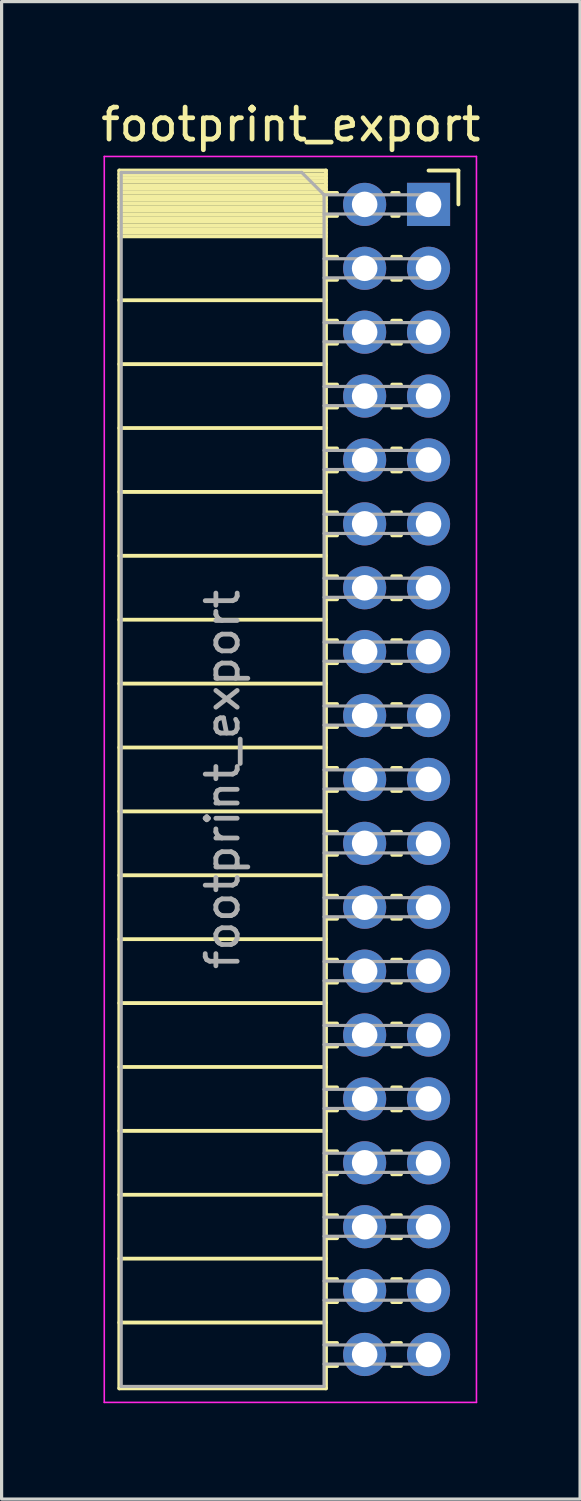
<source format=kicad_pcb>
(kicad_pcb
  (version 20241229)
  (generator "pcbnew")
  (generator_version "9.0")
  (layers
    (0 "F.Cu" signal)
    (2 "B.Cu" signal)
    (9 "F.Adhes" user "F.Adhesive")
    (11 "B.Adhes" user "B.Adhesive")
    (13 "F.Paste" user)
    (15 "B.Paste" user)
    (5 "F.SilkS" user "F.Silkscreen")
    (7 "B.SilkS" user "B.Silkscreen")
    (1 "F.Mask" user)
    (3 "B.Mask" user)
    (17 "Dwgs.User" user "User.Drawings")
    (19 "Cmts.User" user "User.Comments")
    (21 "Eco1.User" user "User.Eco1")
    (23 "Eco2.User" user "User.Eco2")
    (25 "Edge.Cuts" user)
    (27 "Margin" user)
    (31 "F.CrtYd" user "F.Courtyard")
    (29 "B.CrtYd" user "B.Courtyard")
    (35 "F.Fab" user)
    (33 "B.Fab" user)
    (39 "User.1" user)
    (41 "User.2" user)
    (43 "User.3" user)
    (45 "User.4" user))
  (footprint "footprint_export"
    (layer "F.Cu")
    (at 10.364 3.348)
    (property "Reference" "footprint_export" (at -4.31 -2.5 0) (layer "F.SilkS") (effects (font (size 1 1) (thickness 0.15))))
    (attr through_hole)
    (fp_line (start -9.68 -1.06) (end -9.68 37.06) (stroke (width 0.12) (type solid)) (layer "F.SilkS"))
    (fp_line (start -9.68 -1.06) (end -3.21 -1.06) (stroke (width 0.12) (type solid)) (layer "F.SilkS"))
    (fp_line (start -9.68 -0.94) (end -3.21 -0.94) (stroke (width 0.12) (type solid)) (layer "F.SilkS"))
    (fp_line (start -9.68 -0.826) (end -3.21 -0.826) (stroke (width 0.12) (type solid)) (layer "F.SilkS"))
    (fp_line (start -9.68 -0.712) (end -3.21 -0.712) (stroke (width 0.12) (type solid)) (layer "F.SilkS"))
    (fp_line (start -9.68 -0.598) (end -3.21 -0.598) (stroke (width 0.12) (type solid)) (layer "F.SilkS"))
    (fp_line (start -9.68 -0.484) (end -3.21 -0.484) (stroke (width 0.12) (type solid)) (layer "F.SilkS"))
    (fp_line (start -9.68 -0.369) (end -3.21 -0.369) (stroke (width 0.12) (type solid)) (layer "F.SilkS"))
    (fp_line (start -9.68 -0.255) (end -3.21 -0.255) (stroke (width 0.12) (type solid)) (layer "F.SilkS"))
    (fp_line (start -9.68 -0.141) (end -3.21 -0.141) (stroke (width 0.12) (type solid)) (layer "F.SilkS"))
    (fp_line (start -9.68 -0.027) (end -3.21 -0.027) (stroke (width 0.12) (type solid)) (layer "F.SilkS"))
    (fp_line (start -9.68 0.087) (end -3.21 0.087) (stroke (width 0.12) (type solid)) (layer "F.SilkS"))
    (fp_line (start -9.68 0.201) (end -3.21 0.201) (stroke (width 0.12) (type solid)) (layer "F.SilkS"))
    (fp_line (start -9.68 0.315) (end -3.21 0.315) (stroke (width 0.12) (type solid)) (layer "F.SilkS"))
    (fp_line (start -9.68 0.429) (end -3.21 0.429) (stroke (width 0.12) (type solid)) (layer "F.SilkS"))
    (fp_line (start -9.68 0.544) (end -3.21 0.544) (stroke (width 0.12) (type solid)) (layer "F.SilkS"))
    (fp_line (start -9.68 0.658) (end -3.21 0.658) (stroke (width 0.12) (type solid)) (layer "F.SilkS"))
    (fp_line (start -9.68 0.772) (end -3.21 0.772) (stroke (width 0.12) (type solid)) (layer "F.SilkS"))
    (fp_line (start -9.68 0.886) (end -3.21 0.886) (stroke (width 0.12) (type solid)) (layer "F.SilkS"))
    (fp_line (start -9.68 1) (end -3.21 1) (stroke (width 0.12) (type solid)) (layer "F.SilkS"))
    (fp_line (start -9.68 3) (end -3.21 3) (stroke (width 0.12) (type solid)) (layer "F.SilkS"))
    (fp_line (start -9.68 5) (end -3.21 5) (stroke (width 0.12) (type solid)) (layer "F.SilkS"))
    (fp_line (start -9.68 7) (end -3.21 7) (stroke (width 0.12) (type solid)) (layer "F.SilkS"))
    (fp_line (start -9.68 9) (end -3.21 9) (stroke (width 0.12) (type solid)) (layer "F.SilkS"))
    (fp_line (start -9.68 11) (end -3.21 11) (stroke (width 0.12) (type solid)) (layer "F.SilkS"))
    (fp_line (start -9.68 13) (end -3.21 13) (stroke (width 0.12) (type solid)) (layer "F.SilkS"))
    (fp_line (start -9.68 15) (end -3.21 15) (stroke (width 0.12) (type solid)) (layer "F.SilkS"))
    (fp_line (start -9.68 17) (end -3.21 17) (stroke (width 0.12) (type solid)) (layer "F.SilkS"))
    (fp_line (start -9.68 19) (end -3.21 19) (stroke (width 0.12) (type solid)) (layer "F.SilkS"))
    (fp_line (start -9.68 21) (end -3.21 21) (stroke (width 0.12) (type solid)) (layer "F.SilkS"))
    (fp_line (start -9.68 23) (end -3.21 23) (stroke (width 0.12) (type solid)) (layer "F.SilkS"))
    (fp_line (start -9.68 25) (end -3.21 25) (stroke (width 0.12) (type solid)) (layer "F.SilkS"))
    (fp_line (start -9.68 27) (end -3.21 27) (stroke (width 0.12) (type solid)) (layer "F.SilkS"))
    (fp_line (start -9.68 29) (end -3.21 29) (stroke (width 0.12) (type solid)) (layer "F.SilkS"))
    (fp_line (start -9.68 31) (end -3.21 31) (stroke (width 0.12) (type solid)) (layer "F.SilkS"))
    (fp_line (start -9.68 33) (end -3.21 33) (stroke (width 0.12) (type solid)) (layer "F.SilkS"))
    (fp_line (start -9.68 35) (end -3.21 35) (stroke (width 0.12) (type solid)) (layer "F.SilkS"))
    (fp_line (start -9.68 37.06) (end -3.21 37.06) (stroke (width 0.12) (type solid)) (layer "F.SilkS"))
    (fp_line (start -3.21 -1.06) (end -3.21 37.06) (stroke (width 0.12) (type solid)) (layer "F.SilkS"))
    (fp_line (start -3.21 -0.36) (end -2.863 -0.36) (stroke (width 0.12) (type solid)) (layer "F.SilkS"))
    (fp_line (start -3.21 0.36) (end -2.863 0.36) (stroke (width 0.12) (type solid)) (layer "F.SilkS"))
    (fp_line (start -3.21 1.64) (end -2.863 1.64) (stroke (width 0.12) (type solid)) (layer "F.SilkS"))
    (fp_line (start -3.21 2.36) (end -2.863 2.36) (stroke (width 0.12) (type solid)) (layer "F.SilkS"))
    (fp_line (start -3.21 3.64) (end -2.863 3.64) (stroke (width 0.12) (type solid)) (layer "F.SilkS"))
    (fp_line (start -3.21 4.36) (end -2.863 4.36) (stroke (width 0.12) (type solid)) (layer "F.SilkS"))
    (fp_line (start -3.21 5.64) (end -2.863 5.64) (stroke (width 0.12) (type solid)) (layer "F.SilkS"))
    (fp_line (start -3.21 6.36) (end -2.863 6.36) (stroke (width 0.12) (type solid)) (layer "F.SilkS"))
    (fp_line (start -3.21 7.64) (end -2.863 7.64) (stroke (width 0.12) (type solid)) (layer "F.SilkS"))
    (fp_line (start -3.21 8.36) (end -2.863 8.36) (stroke (width 0.12) (type solid)) (layer "F.SilkS"))
    (fp_line (start -3.21 9.64) (end -2.863 9.64) (stroke (width 0.12) (type solid)) (layer "F.SilkS"))
    (fp_line (start -3.21 10.36) (end -2.863 10.36) (stroke (width 0.12) (type solid)) (layer "F.SilkS"))
    (fp_line (start -3.21 11.64) (end -2.863 11.64) (stroke (width 0.12) (type solid)) (layer "F.SilkS"))
    (fp_line (start -3.21 12.36) (end -2.863 12.36) (stroke (width 0.12) (type solid)) (layer "F.SilkS"))
    (fp_line (start -3.21 13.64) (end -2.863 13.64) (stroke (width 0.12) (type solid)) (layer "F.SilkS"))
    (fp_line (start -3.21 14.36) (end -2.863 14.36) (stroke (width 0.12) (type solid)) (layer "F.SilkS"))
    (fp_line (start -3.21 15.64) (end -2.863 15.64) (stroke (width 0.12) (type solid)) (layer "F.SilkS"))
    (fp_line (start -3.21 16.36) (end -2.863 16.36) (stroke (width 0.12) (type solid)) (layer "F.SilkS"))
    (fp_line (start -3.21 17.64) (end -2.863 17.64) (stroke (width 0.12) (type solid)) (layer "F.SilkS"))
    (fp_line (start -3.21 18.36) (end -2.863 18.36) (stroke (width 0.12) (type solid)) (layer "F.SilkS"))
    (fp_line (start -3.21 19.64) (end -2.863 19.64) (stroke (width 0.12) (type solid)) (layer "F.SilkS"))
    (fp_line (start -3.21 20.36) (end -2.863 20.36) (stroke (width 0.12) (type solid)) (layer "F.SilkS"))
    (fp_line (start -3.21 21.64) (end -2.863 21.64) (stroke (width 0.12) (type solid)) (layer "F.SilkS"))
    (fp_line (start -3.21 22.36) (end -2.863 22.36) (stroke (width 0.12) (type solid)) (layer "F.SilkS"))
    (fp_line (start -3.21 23.64) (end -2.863 23.64) (stroke (width 0.12) (type solid)) (layer "F.SilkS"))
    (fp_line (start -3.21 24.36) (end -2.863 24.36) (stroke (width 0.12) (type solid)) (layer "F.SilkS"))
    (fp_line (start -3.21 25.64) (end -2.863 25.64) (stroke (width 0.12) (type solid)) (layer "F.SilkS"))
    (fp_line (start -3.21 26.36) (end -2.863 26.36) (stroke (width 0.12) (type solid)) (layer "F.SilkS"))
    (fp_line (start -3.21 27.64) (end -2.863 27.64) (stroke (width 0.12) (type solid)) (layer "F.SilkS"))
    (fp_line (start -3.21 28.36) (end -2.863 28.36) (stroke (width 0.12) (type solid)) (layer "F.SilkS"))
    (fp_line (start -3.21 29.64) (end -2.863 29.64) (stroke (width 0.12) (type solid)) (layer "F.SilkS"))
    (fp_line (start -3.21 30.36) (end -2.863 30.36) (stroke (width 0.12) (type solid)) (layer "F.SilkS"))
    (fp_line (start -3.21 31.64) (end -2.863 31.64) (stroke (width 0.12) (type solid)) (layer "F.SilkS"))
    (fp_line (start -3.21 32.36) (end -2.863 32.36) (stroke (width 0.12) (type solid)) (layer "F.SilkS"))
    (fp_line (start -3.21 33.64) (end -2.863 33.64) (stroke (width 0.12) (type solid)) (layer "F.SilkS"))
    (fp_line (start -3.21 34.36) (end -2.863 34.36) (stroke (width 0.12) (type solid)) (layer "F.SilkS"))
    (fp_line (start -3.21 35.64) (end -2.863 35.64) (stroke (width 0.12) (type solid)) (layer "F.SilkS"))
    (fp_line (start -3.21 36.36) (end -2.863 36.36) (stroke (width 0.12) (type solid)) (layer "F.SilkS"))
    (fp_line (start -1.137 -0.36) (end -0.935 -0.36) (stroke (width 0.12) (type solid)) (layer "F.SilkS"))
    (fp_line (start -1.137 0.36) (end -0.935 0.36) (stroke (width 0.12) (type solid)) (layer "F.SilkS"))
    (fp_line (start -1.137 1.64) (end -0.863 1.64) (stroke (width 0.12) (type solid)) (layer "F.SilkS"))
    (fp_line (start -1.137 2.36) (end -0.863 2.36) (stroke (width 0.12) (type solid)) (layer "F.SilkS"))
    (fp_line (start -1.137 3.64) (end -0.863 3.64) (stroke (width 0.12) (type solid)) (layer "F.SilkS"))
    (fp_line (start -1.137 4.36) (end -0.863 4.36) (stroke (width 0.12) (type solid)) (layer "F.SilkS"))
    (fp_line (start -1.137 5.64) (end -0.863 5.64) (stroke (width 0.12) (type solid)) (layer "F.SilkS"))
    (fp_line (start -1.137 6.36) (end -0.863 6.36) (stroke (width 0.12) (type solid)) (layer "F.SilkS"))
    (fp_line (start -1.137 7.64) (end -0.863 7.64) (stroke (width 0.12) (type solid)) (layer "F.SilkS"))
    (fp_line (start -1.137 8.36) (end -0.863 8.36) (stroke (width 0.12) (type solid)) (layer "F.SilkS"))
    (fp_line (start -1.137 9.64) (end -0.863 9.64) (stroke (width 0.12) (type solid)) (layer "F.SilkS"))
    (fp_line (start -1.137 10.36) (end -0.863 10.36) (stroke (width 0.12) (type solid)) (layer "F.SilkS"))
    (fp_line (start -1.137 11.64) (end -0.863 11.64) (stroke (width 0.12) (type solid)) (layer "F.SilkS"))
    (fp_line (start -1.137 12.36) (end -0.863 12.36) (stroke (width 0.12) (type solid)) (layer "F.SilkS"))
    (fp_line (start -1.137 13.64) (end -0.863 13.64) (stroke (width 0.12) (type solid)) (layer "F.SilkS"))
    (fp_line (start -1.137 14.36) (end -0.863 14.36) (stroke (width 0.12) (type solid)) (layer "F.SilkS"))
    (fp_line (start -1.137 15.64) (end -0.863 15.64) (stroke (width 0.12) (type solid)) (layer "F.SilkS"))
    (fp_line (start -1.137 16.36) (end -0.863 16.36) (stroke (width 0.12) (type solid)) (layer "F.SilkS"))
    (fp_line (start -1.137 17.64) (end -0.863 17.64) (stroke (width 0.12) (type solid)) (layer "F.SilkS"))
    (fp_line (start -1.137 18.36) (end -0.863 18.36) (stroke (width 0.12) (type solid)) (layer "F.SilkS"))
    (fp_line (start -1.137 19.64) (end -0.863 19.64) (stroke (width 0.12) (type solid)) (layer "F.SilkS"))
    (fp_line (start -1.137 20.36) (end -0.863 20.36) (stroke (width 0.12) (type solid)) (layer "F.SilkS"))
    (fp_line (start -1.137 21.64) (end -0.863 21.64) (stroke (width 0.12) (type solid)) (layer "F.SilkS"))
    (fp_line (start -1.137 22.36) (end -0.863 22.36) (stroke (width 0.12) (type solid)) (layer "F.SilkS"))
    (fp_line (start -1.137 23.64) (end -0.863 23.64) (stroke (width 0.12) (type solid)) (layer "F.SilkS"))
    (fp_line (start -1.137 24.36) (end -0.863 24.36) (stroke (width 0.12) (type solid)) (layer "F.SilkS"))
    (fp_line (start -1.137 25.64) (end -0.863 25.64) (stroke (width 0.12) (type solid)) (layer "F.SilkS"))
    (fp_line (start -1.137 26.36) (end -0.863 26.36) (stroke (width 0.12) (type solid)) (layer "F.SilkS"))
    (fp_line (start -1.137 27.64) (end -0.863 27.64) (stroke (width 0.12) (type solid)) (layer "F.SilkS"))
    (fp_line (start -1.137 28.36) (end -0.863 28.36) (stroke (width 0.12) (type solid)) (layer "F.SilkS"))
    (fp_line (start -1.137 29.64) (end -0.863 29.64) (stroke (width 0.12) (type solid)) (layer "F.SilkS"))
    (fp_line (start -1.137 30.36) (end -0.863 30.36) (stroke (width 0.12) (type solid)) (layer "F.SilkS"))
    (fp_line (start -1.137 31.64) (end -0.863 31.64) (stroke (width 0.12) (type solid)) (layer "F.SilkS"))
    (fp_line (start -1.137 32.36) (end -0.863 32.36) (stroke (width 0.12) (type solid)) (layer "F.SilkS"))
    (fp_line (start -1.137 33.64) (end -0.863 33.64) (stroke (width 0.12) (type solid)) (layer "F.SilkS"))
    (fp_line (start -1.137 34.36) (end -0.863 34.36) (stroke (width 0.12) (type solid)) (layer "F.SilkS"))
    (fp_line (start -1.137 35.64) (end -0.863 35.64) (stroke (width 0.12) (type solid)) (layer "F.SilkS"))
    (fp_line (start -1.137 36.36) (end -0.863 36.36) (stroke (width 0.12) (type solid)) (layer "F.SilkS"))
    (fp_line (start 0 -1.06) (end 0.935 -1.06) (stroke (width 0.12) (type solid)) (layer "F.SilkS"))
    (fp_line (start 0.935 -1.06) (end 0.935 0) (stroke (width 0.12) (type solid)) (layer "F.SilkS"))
    (fp_line (start -10.15 -1.5) (end -10.15 37.5) (stroke (width 0.05) (type solid)) (layer "F.CrtYd"))
    (fp_line (start -10.15 37.5) (end 1.5 37.5) (stroke (width 0.05) (type solid)) (layer "F.CrtYd"))
    (fp_line (start 1.5 -1.5) (end -10.15 -1.5) (stroke (width 0.05) (type solid)) (layer "F.CrtYd"))
    (fp_line (start 1.5 37.5) (end 1.5 -1.5) (stroke (width 0.05) (type solid)) (layer "F.CrtYd"))
    (fp_line (start -9.62 -1) (end -3.97 -1) (stroke (width 0.1) (type solid)) (layer "F.Fab"))
    (fp_line (start -9.62 37) (end -9.62 -1) (stroke (width 0.1) (type solid)) (layer "F.Fab"))
    (fp_line (start -3.97 -1) (end -3.27 -0.3) (stroke (width 0.1) (type solid)) (layer "F.Fab"))
    (fp_line (start -3.27 -0.3) (end -3.27 37) (stroke (width 0.1) (type solid)) (layer "F.Fab"))
    (fp_line (start -3.27 0.3) (end 0 0.3) (stroke (width 0.1) (type solid)) (layer "F.Fab"))
    (fp_line (start -3.27 2.3) (end 0 2.3) (stroke (width 0.1) (type solid)) (layer "F.Fab"))
    (fp_line (start -3.27 4.3) (end 0 4.3) (stroke (width 0.1) (type solid)) (layer "F.Fab"))
    (fp_line (start -3.27 6.3) (end 0 6.3) (stroke (width 0.1) (type solid)) (layer "F.Fab"))
    (fp_line (start -3.27 8.3) (end 0 8.3) (stroke (width 0.1) (type solid)) (layer "F.Fab"))
    (fp_line (start -3.27 10.3) (end 0 10.3) (stroke (width 0.1) (type solid)) (layer "F.Fab"))
    (fp_line (start -3.27 12.3) (end 0 12.3) (stroke (width 0.1) (type solid)) (layer "F.Fab"))
    (fp_line (start -3.27 14.3) (end 0 14.3) (stroke (width 0.1) (type solid)) (layer "F.Fab"))
    (fp_line (start -3.27 16.3) (end 0 16.3) (stroke (width 0.1) (type solid)) (layer "F.Fab"))
    (fp_line (start -3.27 18.3) (end 0 18.3) (stroke (width 0.1) (type solid)) (layer "F.Fab"))
    (fp_line (start -3.27 20.3) (end 0 20.3) (stroke (width 0.1) (type solid)) (layer "F.Fab"))
    (fp_line (start -3.27 22.3) (end 0 22.3) (stroke (width 0.1) (type solid)) (layer "F.Fab"))
    (fp_line (start -3.27 24.3) (end 0 24.3) (stroke (width 0.1) (type solid)) (layer "F.Fab"))
    (fp_line (start -3.27 26.3) (end 0 26.3) (stroke (width 0.1) (type solid)) (layer "F.Fab"))
    (fp_line (start -3.27 28.3) (end 0 28.3) (stroke (width 0.1) (type solid)) (layer "F.Fab"))
    (fp_line (start -3.27 30.3) (end 0 30.3) (stroke (width 0.1) (type solid)) (layer "F.Fab"))
    (fp_line (start -3.27 32.3) (end 0 32.3) (stroke (width 0.1) (type solid)) (layer "F.Fab"))
    (fp_line (start -3.27 34.3) (end 0 34.3) (stroke (width 0.1) (type solid)) (layer "F.Fab"))
    (fp_line (start -3.27 36.3) (end 0 36.3) (stroke (width 0.1) (type solid)) (layer "F.Fab"))
    (fp_line (start -3.27 37) (end -9.62 37) (stroke (width 0.1) (type solid)) (layer "F.Fab"))
    (fp_line (start 0 -0.3) (end -3.27 -0.3) (stroke (width 0.1) (type solid)) (layer "F.Fab"))
    (fp_line (start 0 0.3) (end 0 -0.3) (stroke (width 0.1) (type solid)) (layer "F.Fab"))
    (fp_line (start 0 1.7) (end -3.27 1.7) (stroke (width 0.1) (type solid)) (layer "F.Fab"))
    (fp_line (start 0 2.3) (end 0 1.7) (stroke (width 0.1) (type solid)) (layer "F.Fab"))
    (fp_line (start 0 3.7) (end -3.27 3.7) (stroke (width 0.1) (type solid)) (layer "F.Fab"))
    (fp_line (start 0 4.3) (end 0 3.7) (stroke (width 0.1) (type solid)) (layer "F.Fab"))
    (fp_line (start 0 5.7) (end -3.27 5.7) (stroke (width 0.1) (type solid)) (layer "F.Fab"))
    (fp_line (start 0 6.3) (end 0 5.7) (stroke (width 0.1) (type solid)) (layer "F.Fab"))
    (fp_line (start 0 7.7) (end -3.27 7.7) (stroke (width 0.1) (type solid)) (layer "F.Fab"))
    (fp_line (start 0 8.3) (end 0 7.7) (stroke (width 0.1) (type solid)) (layer "F.Fab"))
    (fp_line (start 0 9.7) (end -3.27 9.7) (stroke (width 0.1) (type solid)) (layer "F.Fab"))
    (fp_line (start 0 10.3) (end 0 9.7) (stroke (width 0.1) (type solid)) (layer "F.Fab"))
    (fp_line (start 0 11.7) (end -3.27 11.7) (stroke (width 0.1) (type solid)) (layer "F.Fab"))
    (fp_line (start 0 12.3) (end 0 11.7) (stroke (width 0.1) (type solid)) (layer "F.Fab"))
    (fp_line (start 0 13.7) (end -3.27 13.7) (stroke (width 0.1) (type solid)) (layer "F.Fab"))
    (fp_line (start 0 14.3) (end 0 13.7) (stroke (width 0.1) (type solid)) (layer "F.Fab"))
    (fp_line (start 0 15.7) (end -3.27 15.7) (stroke (width 0.1) (type solid)) (layer "F.Fab"))
    (fp_line (start 0 16.3) (end 0 15.7) (stroke (width 0.1) (type solid)) (layer "F.Fab"))
    (fp_line (start 0 17.7) (end -3.27 17.7) (stroke (width 0.1) (type solid)) (layer "F.Fab"))
    (fp_line (start 0 18.3) (end 0 17.7) (stroke (width 0.1) (type solid)) (layer "F.Fab"))
    (fp_line (start 0 19.7) (end -3.27 19.7) (stroke (width 0.1) (type solid)) (layer "F.Fab"))
    (fp_line (start 0 20.3) (end 0 19.7) (stroke (width 0.1) (type solid)) (layer "F.Fab"))
    (fp_line (start 0 21.7) (end -3.27 21.7) (stroke (width 0.1) (type solid)) (layer "F.Fab"))
    (fp_line (start 0 22.3) (end 0 21.7) (stroke (width 0.1) (type solid)) (layer "F.Fab"))
    (fp_line (start 0 23.7) (end -3.27 23.7) (stroke (width 0.1) (type solid)) (layer "F.Fab"))
    (fp_line (start 0 24.3) (end 0 23.7) (stroke (width 0.1) (type solid)) (layer "F.Fab"))
    (fp_line (start 0 25.7) (end -3.27 25.7) (stroke (width 0.1) (type solid)) (layer "F.Fab"))
    (fp_line (start 0 26.3) (end 0 25.7) (stroke (width 0.1) (type solid)) (layer "F.Fab"))
    (fp_line (start 0 27.7) (end -3.27 27.7) (stroke (width 0.1) (type solid)) (layer "F.Fab"))
    (fp_line (start 0 28.3) (end 0 27.7) (stroke (width 0.1) (type solid)) (layer "F.Fab"))
    (fp_line (start 0 29.7) (end -3.27 29.7) (stroke (width 0.1) (type solid)) (layer "F.Fab"))
    (fp_line (start 0 30.3) (end 0 29.7) (stroke (width 0.1) (type solid)) (layer "F.Fab"))
    (fp_line (start 0 31.7) (end -3.27 31.7) (stroke (width 0.1) (type solid)) (layer "F.Fab"))
    (fp_line (start 0 32.3) (end 0 31.7) (stroke (width 0.1) (type solid)) (layer "F.Fab"))
    (fp_line (start 0 33.7) (end -3.27 33.7) (stroke (width 0.1) (type solid)) (layer "F.Fab"))
    (fp_line (start 0 34.3) (end 0 33.7) (stroke (width 0.1) (type solid)) (layer "F.Fab"))
    (fp_line (start 0 35.7) (end -3.27 35.7) (stroke (width 0.1) (type solid)) (layer "F.Fab"))
    (fp_line (start 0 36.3) (end 0 35.7) (stroke (width 0.1) (type solid)) (layer "F.Fab"))
    (fp_text user "${REFERENCE}" (at -6.445 18 90) (layer "F.Fab") (effects (font (size 1 1) (thickness 0.15))))
    (pad "1" thru_hole rect (at 0 0) (size 1.35 1.35) (drill 0.8) (layers "*.Cu" "*.Mask"))
    (pad "2" thru_hole oval (at -2 0) (size 1.35 1.35) (drill 0.8) (layers "*.Cu" "*.Mask"))
    (pad "3" thru_hole oval (at 0 2) (size 1.35 1.35) (drill 0.8) (layers "*.Cu" "*.Mask"))
    (pad "4" thru_hole oval (at -2 2) (size 1.35 1.35) (drill 0.8) (layers "*.Cu" "*.Mask"))
    (pad "5" thru_hole oval (at 0 4) (size 1.35 1.35) (drill 0.8) (layers "*.Cu" "*.Mask"))
    (pad "6" thru_hole oval (at -2 4) (size 1.35 1.35) (drill 0.8) (layers "*.Cu" "*.Mask"))
    (pad "7" thru_hole oval (at 0 6) (size 1.35 1.35) (drill 0.8) (layers "*.Cu" "*.Mask"))
    (pad "8" thru_hole oval (at -2 6) (size 1.35 1.35) (drill 0.8) (layers "*.Cu" "*.Mask"))
    (pad "9" thru_hole oval (at 0 8) (size 1.35 1.35) (drill 0.8) (layers "*.Cu" "*.Mask"))
    (pad "10" thru_hole oval (at -2 8) (size 1.35 1.35) (drill 0.8) (layers "*.Cu" "*.Mask"))
    (pad "11" thru_hole oval (at 0 10) (size 1.35 1.35) (drill 0.8) (layers "*.Cu" "*.Mask"))
    (pad "12" thru_hole oval (at -2 10) (size 1.35 1.35) (drill 0.8) (layers "*.Cu" "*.Mask"))
    (pad "13" thru_hole oval (at 0 12) (size 1.35 1.35) (drill 0.8) (layers "*.Cu" "*.Mask"))
    (pad "14" thru_hole oval (at -2 12) (size 1.35 1.35) (drill 0.8) (layers "*.Cu" "*.Mask"))
    (pad "15" thru_hole oval (at 0 14) (size 1.35 1.35) (drill 0.8) (layers "*.Cu" "*.Mask"))
    (pad "16" thru_hole oval (at -2 14) (size 1.35 1.35) (drill 0.8) (layers "*.Cu" "*.Mask"))
    (pad "17" thru_hole oval (at 0 16) (size 1.35 1.35) (drill 0.8) (layers "*.Cu" "*.Mask"))
    (pad "18" thru_hole oval (at -2 16) (size 1.35 1.35) (drill 0.8) (layers "*.Cu" "*.Mask"))
    (pad "19" thru_hole oval (at 0 18) (size 1.35 1.35) (drill 0.8) (layers "*.Cu" "*.Mask"))
    (pad "20" thru_hole oval (at -2 18) (size 1.35 1.35) (drill 0.8) (layers "*.Cu" "*.Mask"))
    (pad "21" thru_hole oval (at 0 20) (size 1.35 1.35) (drill 0.8) (layers "*.Cu" "*.Mask"))
    (pad "22" thru_hole oval (at -2 20) (size 1.35 1.35) (drill 0.8) (layers "*.Cu" "*.Mask"))
    (pad "23" thru_hole oval (at 0 22) (size 1.35 1.35) (drill 0.8) (layers "*.Cu" "*.Mask"))
    (pad "24" thru_hole oval (at -2 22) (size 1.35 1.35) (drill 0.8) (layers "*.Cu" "*.Mask"))
    (pad "25" thru_hole oval (at 0 24) (size 1.35 1.35) (drill 0.8) (layers "*.Cu" "*.Mask"))
    (pad "26" thru_hole oval (at -2 24) (size 1.35 1.35) (drill 0.8) (layers "*.Cu" "*.Mask"))
    (pad "27" thru_hole oval (at 0 26) (size 1.35 1.35) (drill 0.8) (layers "*.Cu" "*.Mask"))
    (pad "28" thru_hole oval (at -2 26) (size 1.35 1.35) (drill 0.8) (layers "*.Cu" "*.Mask"))
    (pad "29" thru_hole oval (at 0 28) (size 1.35 1.35) (drill 0.8) (layers "*.Cu" "*.Mask"))
    (pad "30" thru_hole oval (at -2 28) (size 1.35 1.35) (drill 0.8) (layers "*.Cu" "*.Mask"))
    (pad "31" thru_hole oval (at 0 30) (size 1.35 1.35) (drill 0.8) (layers "*.Cu" "*.Mask"))
    (pad "32" thru_hole oval (at -2 30) (size 1.35 1.35) (drill 0.8) (layers "*.Cu" "*.Mask"))
    (pad "33" thru_hole oval (at 0 32) (size 1.35 1.35) (drill 0.8) (layers "*.Cu" "*.Mask"))
    (pad "34" thru_hole oval (at -2 32) (size 1.35 1.35) (drill 0.8) (layers "*.Cu" "*.Mask"))
    (pad "35" thru_hole oval (at 0 34) (size 1.35 1.35) (drill 0.8) (layers "*.Cu" "*.Mask"))
    (pad "36" thru_hole oval (at -2 34) (size 1.35 1.35) (drill 0.8) (layers "*.Cu" "*.Mask"))
    (pad "37" thru_hole oval (at 0 36) (size 1.35 1.35) (drill 0.8) (layers "*.Cu" "*.Mask"))
    (pad "38" thru_hole oval (at -2 36) (size 1.35 1.35) (drill 0.8) (layers "*.Cu" "*.Mask")))
  (gr_rect
    (start -3 -3)
    (end 15.107 43.873)
    (stroke (width 0.1) (type default))
    (fill no)
    (layer "Edge.Cuts")))
</source>
